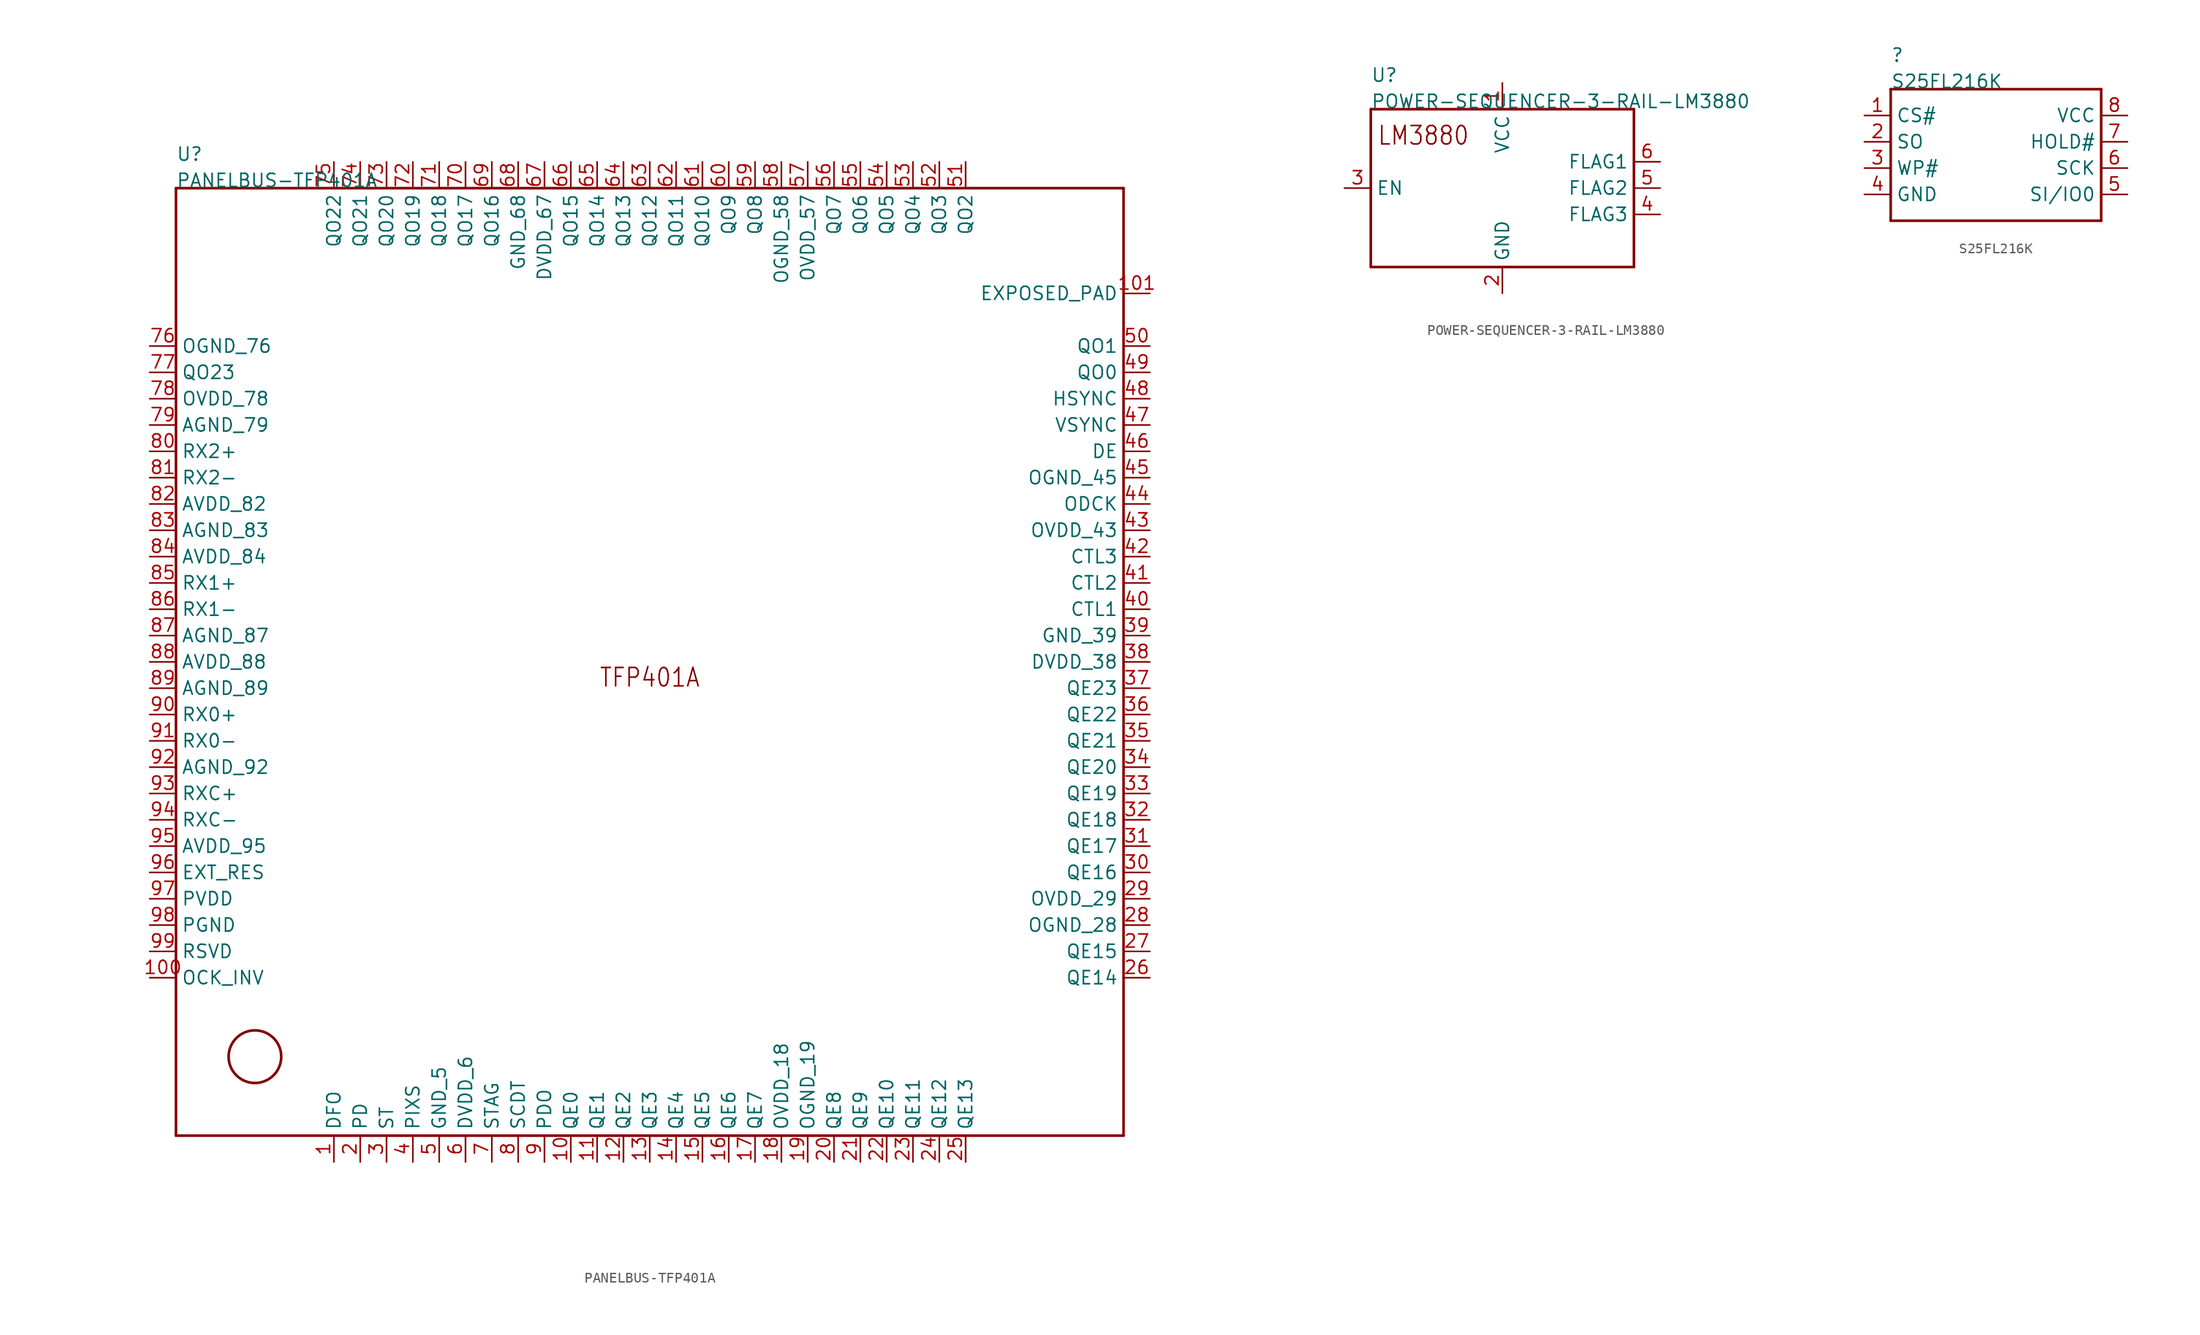
<source format=kicad_sym>
(kicad_symbol_lib
  (version 20211014)
  (generator kicad_symbol_editor)
  (symbol "PANELBUS-TFP401A"
    (pin_names)
    (property "Reference" "U"
      (at -45.72 48.26 0)
      (effects (font (size 1.27 1.27)) (justify left bottom)))
    (property "Value" "PANELBUS-TFP401A"
      (at -45.72 45.72 0)
      (effects (font (size 1.27 1.27)) (justify left bottom)))
    (property "Datasheet" ""
      (at 0 0 0))
    (property "ki_description" "TFP401A  - IC RECEIVER DVI 100HTQFP   Technical Specifications:    Receiver 100-HTQFP (14x14)   PanelBus Digital Receiver   Supports up to 165MHz Pixel Rate   DVI Compliant, True-Color 24 Bit/Pixel   Supply Voltage: 1.8V~3.3V   Low Noise & Power Dissipation with Exposed Pad   HSYNC Jitter Immunity       Component Search:  TFP401A   Datasheet:  TI PanelBus Digital Receiver. datasheet (Rev. A)  "
      (at 0 0 0))
    (property "ki_fp_filters" "FlashPCB_ICs:100-QFP(14X14)-EXPOSED-PAD"
      (at 0 0 0))
    (symbol "PANELBUS-TFP401A_1_1"
      (text "TFP401A" (at 0 -2.54 0) (effects (font (size 1.778 1.52)) (justify bottom)))
      (polyline (pts (xy -45.72 45.72) (xy 45.72 45.72)) (stroke (width 0.254)) (fill (type none)))
      (polyline (pts (xy 45.72 45.72) (xy 45.72 -45.72)) (stroke (width 0.254)) (fill (type none)))
      (polyline (pts (xy 45.72 -45.72) (xy -45.72 -45.72)) (stroke (width 0.254)) (fill (type none)))
      (polyline (pts (xy -45.72 -45.72) (xy -45.72 45.72)) (stroke (width 0.254)) (fill (type none)))
      (circle (center -38.1 -38.1) (radius 2.54) (stroke (width 0.254) (type default)) (fill (type none)))
      (pin bidirectional line (at 30.48 48.26 270) (length 2.54) (name "QO2" (effects (font (size 1.27 1.27)))) (number "51" (effects (font (size 1.27 1.27)))))
      (pin bidirectional line (at 48.26 30.48 180) (length 2.54) (name "QO1" (effects (font (size 1.27 1.27)))) (number "50" (effects (font (size 1.27 1.27)))))
      (pin bidirectional line (at 27.94 48.26 270) (length 2.54) (name "QO3" (effects (font (size 1.27 1.27)))) (number "52" (effects (font (size 1.27 1.27)))))
      (pin bidirectional line (at 25.4 48.26 270) (length 2.54) (name "QO4" (effects (font (size 1.27 1.27)))) (number "53" (effects (font (size 1.27 1.27)))))
      (pin bidirectional line (at 22.86 48.26 270) (length 2.54) (name "QO5" (effects (font (size 1.27 1.27)))) (number "54" (effects (font (size 1.27 1.27)))))
      (pin bidirectional line (at 20.32 48.26 270) (length 2.54) (name "QO6" (effects (font (size 1.27 1.27)))) (number "55" (effects (font (size 1.27 1.27)))))
      (pin bidirectional line (at 17.78 48.26 270) (length 2.54) (name "QO7" (effects (font (size 1.27 1.27)))) (number "56" (effects (font (size 1.27 1.27)))))
      (pin bidirectional line (at 10.16 48.26 270) (length 2.54) (name "QO8" (effects (font (size 1.27 1.27)))) (number "59" (effects (font (size 1.27 1.27)))))
      (pin bidirectional line (at 7.62 48.26 270) (length 2.54) (name "QO9" (effects (font (size 1.27 1.27)))) (number "60" (effects (font (size 1.27 1.27)))))
      (pin bidirectional line (at 5.08 48.26 270) (length 2.54) (name "QO10" (effects (font (size 1.27 1.27)))) (number "61" (effects (font (size 1.27 1.27)))))
      (pin bidirectional line (at 2.54 48.26 270) (length 2.54) (name "QO11" (effects (font (size 1.27 1.27)))) (number "62" (effects (font (size 1.27 1.27)))))
      (pin bidirectional line (at 0 48.26 270) (length 2.54) (name "QO12" (effects (font (size 1.27 1.27)))) (number "63" (effects (font (size 1.27 1.27)))))
      (pin bidirectional line (at -2.54 48.26 270) (length 2.54) (name "QO13" (effects (font (size 1.27 1.27)))) (number "64" (effects (font (size 1.27 1.27)))))
      (pin bidirectional line (at -5.08 48.26 270) (length 2.54) (name "QO14" (effects (font (size 1.27 1.27)))) (number "65" (effects (font (size 1.27 1.27)))))
      (pin bidirectional line (at -7.62 48.26 270) (length 2.54) (name "QO15" (effects (font (size 1.27 1.27)))) (number "66" (effects (font (size 1.27 1.27)))))
      (pin bidirectional line (at -15.24 48.26 270) (length 2.54) (name "QO16" (effects (font (size 1.27 1.27)))) (number "69" (effects (font (size 1.27 1.27)))))
      (pin bidirectional line (at -17.78 48.26 270) (length 2.54) (name "QO17" (effects (font (size 1.27 1.27)))) (number "70" (effects (font (size 1.27 1.27)))))
      (pin bidirectional line (at -20.32 48.26 270) (length 2.54) (name "QO18" (effects (font (size 1.27 1.27)))) (number "71" (effects (font (size 1.27 1.27)))))
      (pin bidirectional line (at -22.86 48.26 270) (length 2.54) (name "QO19" (effects (font (size 1.27 1.27)))) (number "72" (effects (font (size 1.27 1.27)))))
      (pin bidirectional line (at -25.4 48.26 270) (length 2.54) (name "QO20" (effects (font (size 1.27 1.27)))) (number "73" (effects (font (size 1.27 1.27)))))
      (pin bidirectional line (at -27.94 48.26 270) (length 2.54) (name "QO21" (effects (font (size 1.27 1.27)))) (number "74" (effects (font (size 1.27 1.27)))))
      (pin bidirectional line (at -30.48 48.26 270) (length 2.54) (name "QO22" (effects (font (size 1.27 1.27)))) (number "75" (effects (font (size 1.27 1.27)))))
      (pin bidirectional line (at 48.26 27.94 180) (length 2.54) (name "QO0" (effects (font (size 1.27 1.27)))) (number "49" (effects (font (size 1.27 1.27)))))
      (pin bidirectional line (at -48.26 27.94 0) (length 2.54) (name "QO23" (effects (font (size 1.27 1.27)))) (number "77" (effects (font (size 1.27 1.27)))))
      (pin bidirectional line (at -12.7 48.26 270) (length 2.54) (name "GND_68" (effects (font (size 1.27 1.27)))) (number "68" (effects (font (size 1.27 1.27)))))
      (pin bidirectional line (at -10.16 48.26 270) (length 2.54) (name "DVDD_67" (effects (font (size 1.27 1.27)))) (number "67" (effects (font (size 1.27 1.27)))))
      (pin bidirectional line (at 12.7 48.26 270) (length 2.54) (name "OGND_58" (effects (font (size 1.27 1.27)))) (number "58" (effects (font (size 1.27 1.27)))))
      (pin bidirectional line (at 15.24 48.26 270) (length 2.54) (name "OVDD_57" (effects (font (size 1.27 1.27)))) (number "57" (effects (font (size 1.27 1.27)))))
      (pin bidirectional line (at -48.26 30.48 0) (length 2.54) (name "OGND_76" (effects (font (size 1.27 1.27)))) (number "76" (effects (font (size 1.27 1.27)))))
      (pin bidirectional line (at -48.26 25.4 0) (length 2.54) (name "OVDD_78" (effects (font (size 1.27 1.27)))) (number "78" (effects (font (size 1.27 1.27)))))
      (pin bidirectional line (at -48.26 22.86 0) (length 2.54) (name "AGND_79" (effects (font (size 1.27 1.27)))) (number "79" (effects (font (size 1.27 1.27)))))
      (pin bidirectional line (at -48.26 20.32 0) (length 2.54) (name "RX2+" (effects (font (size 1.27 1.27)))) (number "80" (effects (font (size 1.27 1.27)))))
      (pin bidirectional line (at -48.26 17.78 0) (length 2.54) (name "RX2-" (effects (font (size 1.27 1.27)))) (number "81" (effects (font (size 1.27 1.27)))))
      (pin bidirectional line (at -48.26 7.62 0) (length 2.54) (name "RX1+" (effects (font (size 1.27 1.27)))) (number "85" (effects (font (size 1.27 1.27)))))
      (pin bidirectional line (at -48.26 5.08 0) (length 2.54) (name "RX1-" (effects (font (size 1.27 1.27)))) (number "86" (effects (font (size 1.27 1.27)))))
      (pin bidirectional line (at -48.26 2.54 0) (length 2.54) (name "AGND_87" (effects (font (size 1.27 1.27)))) (number "87" (effects (font (size 1.27 1.27)))))
      (pin bidirectional line (at -48.26 -2.54 0) (length 2.54) (name "AGND_89" (effects (font (size 1.27 1.27)))) (number "89" (effects (font (size 1.27 1.27)))))
      (pin bidirectional line (at -48.26 15.24 0) (length 2.54) (name "AVDD_82" (effects (font (size 1.27 1.27)))) (number "82" (effects (font (size 1.27 1.27)))))
      (pin bidirectional line (at -48.26 12.7 0) (length 2.54) (name "AGND_83" (effects (font (size 1.27 1.27)))) (number "83" (effects (font (size 1.27 1.27)))))
      (pin bidirectional line (at -48.26 10.16 0) (length 2.54) (name "AVDD_84" (effects (font (size 1.27 1.27)))) (number "84" (effects (font (size 1.27 1.27)))))
      (pin bidirectional line (at -48.26 0 0) (length 2.54) (name "AVDD_88" (effects (font (size 1.27 1.27)))) (number "88" (effects (font (size 1.27 1.27)))))
      (pin bidirectional line (at -48.26 -5.08 0) (length 2.54) (name "RX0+" (effects (font (size 1.27 1.27)))) (number "90" (effects (font (size 1.27 1.27)))))
      (pin bidirectional line (at -48.26 -7.62 0) (length 2.54) (name "RX0-" (effects (font (size 1.27 1.27)))) (number "91" (effects (font (size 1.27 1.27)))))
      (pin bidirectional line (at -48.26 -10.16 0) (length 2.54) (name "AGND_92" (effects (font (size 1.27 1.27)))) (number "92" (effects (font (size 1.27 1.27)))))
      (pin bidirectional line (at -48.26 -12.7 0) (length 2.54) (name "RXC+" (effects (font (size 1.27 1.27)))) (number "93" (effects (font (size 1.27 1.27)))))
      (pin bidirectional line (at -48.26 -15.24 0) (length 2.54) (name "RXC-" (effects (font (size 1.27 1.27)))) (number "94" (effects (font (size 1.27 1.27)))))
      (pin bidirectional line (at -48.26 -17.78 0) (length 2.54) (name "AVDD_95" (effects (font (size 1.27 1.27)))) (number "95" (effects (font (size 1.27 1.27)))))
      (pin bidirectional line (at -48.26 -20.32 0) (length 2.54) (name "EXT_RES" (effects (font (size 1.27 1.27)))) (number "96" (effects (font (size 1.27 1.27)))))
      (pin bidirectional line (at -48.26 -22.86 0) (length 2.54) (name "PVDD" (effects (font (size 1.27 1.27)))) (number "97" (effects (font (size 1.27 1.27)))))
      (pin bidirectional line (at -48.26 -25.4 0) (length 2.54) (name "PGND" (effects (font (size 1.27 1.27)))) (number "98" (effects (font (size 1.27 1.27)))))
      (pin bidirectional line (at -48.26 -27.94 0) (length 2.54) (name "RSVD" (effects (font (size 1.27 1.27)))) (number "99" (effects (font (size 1.27 1.27)))))
      (pin bidirectional line (at -48.26 -30.48 0) (length 2.54) (name "OCK_INV" (effects (font (size 1.27 1.27)))) (number "100" (effects (font (size 1.27 1.27)))))
      (pin bidirectional line (at -30.48 -48.26 90) (length 2.54) (name "DFO" (effects (font (size 1.27 1.27)))) (number "1" (effects (font (size 1.27 1.27)))))
      (pin bidirectional line (at -27.94 -48.26 90) (length 2.54) (name "PD" (effects (font (size 1.27 1.27)))) (number "2" (effects (font (size 1.27 1.27)))))
      (pin bidirectional line (at -25.4 -48.26 90) (length 2.54) (name "ST" (effects (font (size 1.27 1.27)))) (number "3" (effects (font (size 1.27 1.27)))))
      (pin bidirectional line (at -22.86 -48.26 90) (length 2.54) (name "PIXS" (effects (font (size 1.27 1.27)))) (number "4" (effects (font (size 1.27 1.27)))))
      (pin bidirectional line (at -20.32 -48.26 90) (length 2.54) (name "GND_5" (effects (font (size 1.27 1.27)))) (number "5" (effects (font (size 1.27 1.27)))))
      (pin bidirectional line (at -17.78 -48.26 90) (length 2.54) (name "DVDD_6" (effects (font (size 1.27 1.27)))) (number "6" (effects (font (size 1.27 1.27)))))
      (pin bidirectional line (at -15.24 -48.26 90) (length 2.54) (name "STAG" (effects (font (size 1.27 1.27)))) (number "7" (effects (font (size 1.27 1.27)))))
      (pin bidirectional line (at -10.16 -48.26 90) (length 2.54) (name "PDO" (effects (font (size 1.27 1.27)))) (number "9" (effects (font (size 1.27 1.27)))))
      (pin bidirectional line (at -12.7 -48.26 90) (length 2.54) (name "SCDT" (effects (font (size 1.27 1.27)))) (number "8" (effects (font (size 1.27 1.27)))))
      (pin bidirectional line (at -7.62 -48.26 90) (length 2.54) (name "QE0" (effects (font (size 1.27 1.27)))) (number "10" (effects (font (size 1.27 1.27)))))
      (pin bidirectional line (at 48.26 25.4 180) (length 2.54) (name "HSYNC" (effects (font (size 1.27 1.27)))) (number "48" (effects (font (size 1.27 1.27)))))
      (pin bidirectional line (at 48.26 20.32 180) (length 2.54) (name "DE" (effects (font (size 1.27 1.27)))) (number "46" (effects (font (size 1.27 1.27)))))
      (pin bidirectional line (at 48.26 22.86 180) (length 2.54) (name "VSYNC" (effects (font (size 1.27 1.27)))) (number "47" (effects (font (size 1.27 1.27)))))
      (pin bidirectional line (at -5.08 -48.26 90) (length 2.54) (name "QE1" (effects (font (size 1.27 1.27)))) (number "11" (effects (font (size 1.27 1.27)))))
      (pin bidirectional line (at -2.54 -48.26 90) (length 2.54) (name "QE2" (effects (font (size 1.27 1.27)))) (number "12" (effects (font (size 1.27 1.27)))))
      (pin bidirectional line (at 0 -48.26 90) (length 2.54) (name "QE3" (effects (font (size 1.27 1.27)))) (number "13" (effects (font (size 1.27 1.27)))))
      (pin bidirectional line (at 2.54 -48.26 90) (length 2.54) (name "QE4" (effects (font (size 1.27 1.27)))) (number "14" (effects (font (size 1.27 1.27)))))
      (pin bidirectional line (at 5.08 -48.26 90) (length 2.54) (name "QE5" (effects (font (size 1.27 1.27)))) (number "15" (effects (font (size 1.27 1.27)))))
      (pin bidirectional line (at 7.62 -48.26 90) (length 2.54) (name "QE6" (effects (font (size 1.27 1.27)))) (number "16" (effects (font (size 1.27 1.27)))))
      (pin bidirectional line (at 10.16 -48.26 90) (length 2.54) (name "QE7" (effects (font (size 1.27 1.27)))) (number "17" (effects (font (size 1.27 1.27)))))
      (pin bidirectional line (at 17.78 -48.26 90) (length 2.54) (name "QE8" (effects (font (size 1.27 1.27)))) (number "20" (effects (font (size 1.27 1.27)))))
      (pin bidirectional line (at 20.32 -48.26 90) (length 2.54) (name "QE9" (effects (font (size 1.27 1.27)))) (number "21" (effects (font (size 1.27 1.27)))))
      (pin bidirectional line (at 22.86 -48.26 90) (length 2.54) (name "QE10" (effects (font (size 1.27 1.27)))) (number "22" (effects (font (size 1.27 1.27)))))
      (pin bidirectional line (at 25.4 -48.26 90) (length 2.54) (name "QE11" (effects (font (size 1.27 1.27)))) (number "23" (effects (font (size 1.27 1.27)))))
      (pin bidirectional line (at 27.94 -48.26 90) (length 2.54) (name "QE12" (effects (font (size 1.27 1.27)))) (number "24" (effects (font (size 1.27 1.27)))))
      (pin bidirectional line (at 30.48 -48.26 90) (length 2.54) (name "QE13" (effects (font (size 1.27 1.27)))) (number "25" (effects (font (size 1.27 1.27)))))
      (pin bidirectional line (at 12.7 -48.26 90) (length 2.54) (name "OVDD_18" (effects (font (size 1.27 1.27)))) (number "18" (effects (font (size 1.27 1.27)))))
      (pin bidirectional line (at 15.24 -48.26 90) (length 2.54) (name "OGND_19" (effects (font (size 1.27 1.27)))) (number "19" (effects (font (size 1.27 1.27)))))
      (pin bidirectional line (at 48.26 -30.48 180) (length 2.54) (name "QE14" (effects (font (size 1.27 1.27)))) (number "26" (effects (font (size 1.27 1.27)))))
      (pin bidirectional line (at 48.26 -27.94 180) (length 2.54) (name "QE15" (effects (font (size 1.27 1.27)))) (number "27" (effects (font (size 1.27 1.27)))))
      (pin bidirectional line (at 48.26 -25.4 180) (length 2.54) (name "OGND_28" (effects (font (size 1.27 1.27)))) (number "28" (effects (font (size 1.27 1.27)))))
      (pin bidirectional line (at 48.26 -22.86 180) (length 2.54) (name "OVDD_29" (effects (font (size 1.27 1.27)))) (number "29" (effects (font (size 1.27 1.27)))))
      (pin bidirectional line (at 48.26 -20.32 180) (length 2.54) (name "QE16" (effects (font (size 1.27 1.27)))) (number "30" (effects (font (size 1.27 1.27)))))
      (pin bidirectional line (at 48.26 -17.78 180) (length 2.54) (name "QE17" (effects (font (size 1.27 1.27)))) (number "31" (effects (font (size 1.27 1.27)))))
      (pin bidirectional line (at 48.26 -15.24 180) (length 2.54) (name "QE18" (effects (font (size 1.27 1.27)))) (number "32" (effects (font (size 1.27 1.27)))))
      (pin bidirectional line (at 48.26 -12.7 180) (length 2.54) (name "QE19" (effects (font (size 1.27 1.27)))) (number "33" (effects (font (size 1.27 1.27)))))
      (pin bidirectional line (at 48.26 -10.16 180) (length 2.54) (name "QE20" (effects (font (size 1.27 1.27)))) (number "34" (effects (font (size 1.27 1.27)))))
      (pin bidirectional line (at 48.26 -7.62 180) (length 2.54) (name "QE21" (effects (font (size 1.27 1.27)))) (number "35" (effects (font (size 1.27 1.27)))))
      (pin bidirectional line (at 48.26 -5.08 180) (length 2.54) (name "QE22" (effects (font (size 1.27 1.27)))) (number "36" (effects (font (size 1.27 1.27)))))
      (pin bidirectional line (at 48.26 -2.54 180) (length 2.54) (name "QE23" (effects (font (size 1.27 1.27)))) (number "37" (effects (font (size 1.27 1.27)))))
      (pin bidirectional line (at 48.26 0 180) (length 2.54) (name "DVDD_38" (effects (font (size 1.27 1.27)))) (number "38" (effects (font (size 1.27 1.27)))))
      (pin bidirectional line (at 48.26 2.54 180) (length 2.54) (name "GND_39" (effects (font (size 1.27 1.27)))) (number "39" (effects (font (size 1.27 1.27)))))
      (pin bidirectional line (at 48.26 5.08 180) (length 2.54) (name "CTL1" (effects (font (size 1.27 1.27)))) (number "40" (effects (font (size 1.27 1.27)))))
      (pin bidirectional line (at 48.26 7.62 180) (length 2.54) (name "CTL2" (effects (font (size 1.27 1.27)))) (number "41" (effects (font (size 1.27 1.27)))))
      (pin bidirectional line (at 48.26 10.16 180) (length 2.54) (name "CTL3" (effects (font (size 1.27 1.27)))) (number "42" (effects (font (size 1.27 1.27)))))
      (pin bidirectional line (at 48.26 12.7 180) (length 2.54) (name "OVDD_43" (effects (font (size 1.27 1.27)))) (number "43" (effects (font (size 1.27 1.27)))))
      (pin bidirectional line (at 48.26 15.24 180) (length 2.54) (name "ODCK" (effects (font (size 1.27 1.27)))) (number "44" (effects (font (size 1.27 1.27)))))
      (pin bidirectional line (at 48.26 17.78 180) (length 2.54) (name "OGND_45" (effects (font (size 1.27 1.27)))) (number "45" (effects (font (size 1.27 1.27)))))
      (pin bidirectional line (at 48.26 35.56 180) (length 2.54) (name "EXPOSED_PAD" (effects (font (size 1.27 1.27)))) (number "101" (effects (font (size 1.27 1.27)))))))
  (symbol "POWER-SEQUENCER-3-RAIL-LM3880"
    (pin_names)
    (property "Reference" "U"
      (at -12.7 10.16 0)
      (effects (font (size 1.27 1.27)) (justify left bottom)))
    (property "Value" "POWER-SEQUENCER-3-RAIL-LM3880"
      (at -12.7 7.62 0)
      (effects (font (size 1.27 1.27)) (justify left bottom)))
    (property "Datasheet" ""
      (at 0 0 0))
    (property "ki_description" "LM3880  - IC PWR SUPPLY SEQUENCER SOT23-6  Technical Specifications:    Power Supply Controller, Power Supply Sequencer SOT-23-6   Three-Rail Simple Power Sequencer   Input Voltage Range: 2.7V~5.5V       Component Search:  LM3880   Datasheet:  LM3880-Q1 Simple Power Sequencer datasheet (Rev. A)  "
      (at 0 0 0))
    (property "ki_fp_filters" "FlashPCB_ICs:SOT-23-6 FlashPCB_ICs:SOT-23-6_NOSILK"
      (at 0 0 0))
    (symbol "POWER-SEQUENCER-3-RAIL-LM3880_1_1"
      (text "LM3880" (at -7.62 5.08 0) (effects (font (size 1.778 1.52))))
      (polyline (pts (xy -12.7 7.62) (xy 12.7 7.62)) (stroke (width 0.254)) (fill (type none)))
      (polyline (pts (xy 12.7 7.62) (xy 12.7 -7.62)) (stroke (width 0.254)) (fill (type none)))
      (polyline (pts (xy 12.7 -7.62) (xy -12.7 -7.62)) (stroke (width 0.254)) (fill (type none)))
      (polyline (pts (xy -12.7 -7.62) (xy -12.7 7.62)) (stroke (width 0.254)) (fill (type none)))
      (pin bidirectional line (at 0 10.16 270) (length 2.54) (name "VCC" (effects (font (size 1.27 1.27)))) (number "1" (effects (font (size 1.27 1.27)))))
      (pin bidirectional line (at -15.24 0 0) (length 2.54) (name "EN" (effects (font (size 1.27 1.27)))) (number "3" (effects (font (size 1.27 1.27)))))
      (pin bidirectional line (at 0 -10.16 90) (length 2.54) (name "GND" (effects (font (size 1.27 1.27)))) (number "2" (effects (font (size 1.27 1.27)))))
      (pin bidirectional line (at 15.24 -2.54 180) (length 2.54) (name "FLAG3" (effects (font (size 1.27 1.27)))) (number "4" (effects (font (size 1.27 1.27)))))
      (pin bidirectional line (at 15.24 0 180) (length 2.54) (name "FLAG2" (effects (font (size 1.27 1.27)))) (number "5" (effects (font (size 1.27 1.27)))))
      (pin bidirectional line (at 15.24 2.54 180) (length 2.54) (name "FLAG1" (effects (font (size 1.27 1.27)))) (number "6" (effects (font (size 1.27 1.27)))))))
  (symbol "S25FL216K"
    (pin_names)
    (property "Reference" ""
      (at -10.16 10.16 0)
      (effects (font (size 1.27 1.27)) (justify left bottom)))
    (property "Value" "S25FL216K"
      (at -10.16 7.62 0)
      (effects (font (size 1.27 1.27)) (justify left bottom)))
    (property "Datasheet" ""
      (at 0 0 0))
    (property "ki_description" "S25FL216K  - 16MBIT SPI Microcontroller/Dual 8-SOIC   Technical Specifications:    Memory Interface: SPI - Dual I/O   Clock Frequency: 65 MHz   Write Cycle Time: 5ms   Voltage - Supply: 2.7V ~ 3.6V   Operating Temperature: -40°C ~ 85°C (TA)       Component Search:  S25FL216K   Datasheet:  S25FL216K "
      (at 0 0 0))
    (property "ki_fp_filters" "FlashPCB_ICs:SOIC-8-150MIL-3.9MM"
      (at 0 0 0))
    (symbol "S25FL216K_1_1"
      (polyline (pts (xy -10.16 7.62) (xy -10.16 -5.08)) (stroke (width 0.254)) (fill (type none)))
      (polyline (pts (xy -10.16 -5.08) (xy 10.16 -5.08)) (stroke (width 0.254)) (fill (type none)))
      (polyline (pts (xy 10.16 -5.08) (xy 10.16 7.62)) (stroke (width 0.254)) (fill (type none)))
      (polyline (pts (xy 10.16 7.62) (xy -10.16 7.62)) (stroke (width 0.254)) (fill (type none)))
      (pin bidirectional line (at -12.7 5.08 0) (length 2.54) (name "CS#" (effects (font (size 1.27 1.27)))) (number "1" (effects (font (size 1.27 1.27)))))
      (pin bidirectional line (at -12.7 2.54 0) (length 2.54) (name "SO" (effects (font (size 1.27 1.27)))) (number "2" (effects (font (size 1.27 1.27)))))
      (pin bidirectional line (at -12.7 0 0) (length 2.54) (name "WP#" (effects (font (size 1.27 1.27)))) (number "3" (effects (font (size 1.27 1.27)))))
      (pin bidirectional line (at -12.7 -2.54 0) (length 2.54) (name "GND" (effects (font (size 1.27 1.27)))) (number "4" (effects (font (size 1.27 1.27)))))
      (pin bidirectional line (at 12.7 -2.54 180) (length 2.54) (name "SI/IO0" (effects (font (size 1.27 1.27)))) (number "5" (effects (font (size 1.27 1.27)))))
      (pin bidirectional line (at 12.7 0 180) (length 2.54) (name "SCK" (effects (font (size 1.27 1.27)))) (number "6" (effects (font (size 1.27 1.27)))))
      (pin bidirectional line (at 12.7 2.54 180) (length 2.54) (name "HOLD#" (effects (font (size 1.27 1.27)))) (number "7" (effects (font (size 1.27 1.27)))))
      (pin open_collector line (at 12.7 5.08 180) (length 2.54) (name "VCC" (effects (font (size 1.27 1.27)))) (number "8" (effects (font (size 1.27 1.27))))))))
</source>
